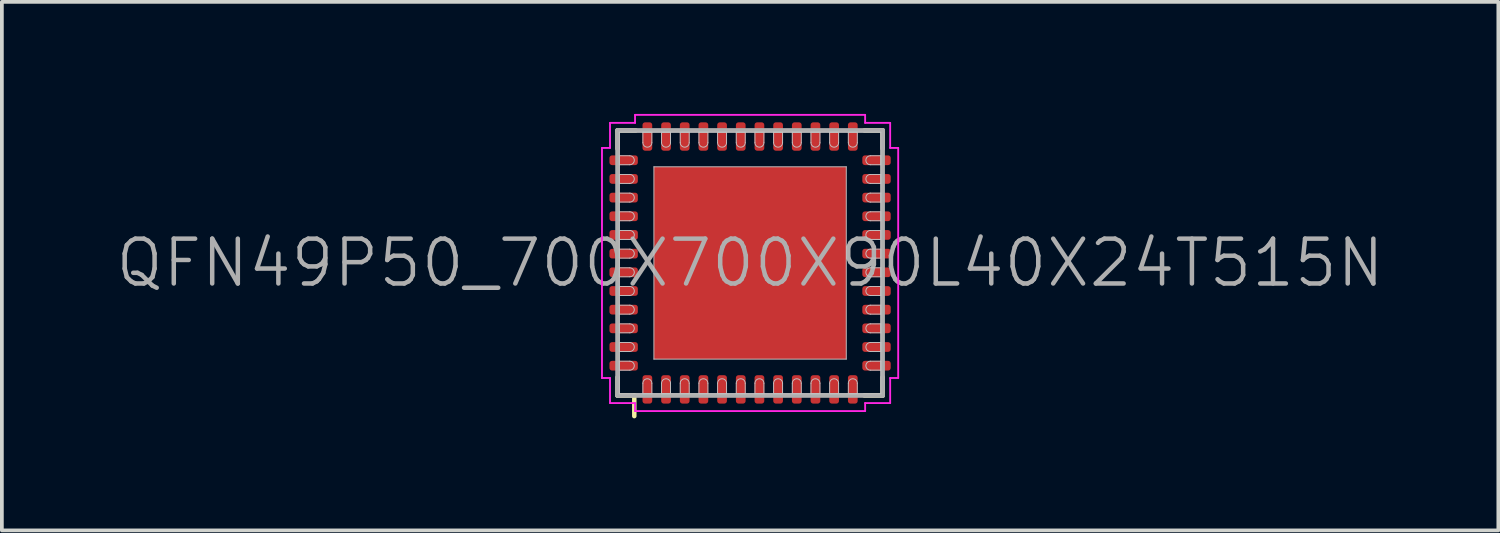
<source format=kicad_pcb>
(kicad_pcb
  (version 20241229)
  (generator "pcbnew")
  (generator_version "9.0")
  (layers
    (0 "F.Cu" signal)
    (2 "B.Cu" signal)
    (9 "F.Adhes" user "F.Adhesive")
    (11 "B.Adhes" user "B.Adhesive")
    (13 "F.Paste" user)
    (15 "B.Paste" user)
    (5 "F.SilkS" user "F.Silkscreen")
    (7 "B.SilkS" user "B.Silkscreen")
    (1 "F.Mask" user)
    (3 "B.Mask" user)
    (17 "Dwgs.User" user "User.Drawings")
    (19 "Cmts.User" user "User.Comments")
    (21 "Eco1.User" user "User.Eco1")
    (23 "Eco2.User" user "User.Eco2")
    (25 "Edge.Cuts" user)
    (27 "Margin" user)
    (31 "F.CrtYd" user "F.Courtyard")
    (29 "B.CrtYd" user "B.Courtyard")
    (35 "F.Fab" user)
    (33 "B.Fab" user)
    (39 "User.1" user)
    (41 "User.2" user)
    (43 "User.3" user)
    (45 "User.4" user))
  (footprint "QFN49P50_700X700X90L40X24T515N"
    (layer "F.Cu")
    (at 17.031 3.99)
    (property "Reference" "QFN49P50_700X700X90L40X24T515N" (at 0 0 0) (layer "F.Fab") (effects (font (size 1.2 1.2) (thickness 0.12))))
    (attr smd)
    (fp_line (start -3.55 -3.55) (end -3.55 -3.06) (stroke (width 0.12) (type solid)) (layer "F.SilkS"))
    (fp_line (start -3.55 3.55) (end -3.55 3.06) (stroke (width 0.12) (type solid)) (layer "F.SilkS"))
    (fp_line (start -3.1 3.55) (end -3.55 3.55) (stroke (width 0.12) (type solid)) (layer "F.SilkS"))
    (fp_line (start -3.1 3.55) (end -3.1 4.1) (stroke (width 0.12) (type solid)) (layer "F.SilkS"))
    (fp_line (start -3.06 -3.55) (end -3.55 -3.55) (stroke (width 0.12) (type solid)) (layer "F.SilkS"))
    (fp_line (start 3.06 -3.55) (end 3.55 -3.55) (stroke (width 0.12) (type solid)) (layer "F.SilkS"))
    (fp_line (start 3.06 3.55) (end 3.55 3.55) (stroke (width 0.12) (type solid)) (layer "F.SilkS"))
    (fp_line (start 3.55 -3.55) (end 3.55 -3.06) (stroke (width 0.12) (type solid)) (layer "F.SilkS"))
    (fp_line (start 3.55 3.55) (end 3.55 3.06) (stroke (width 0.12) (type solid)) (layer "F.SilkS"))
    (fp_line (start -3.5 -3.5) (end 3.5 -3.5) (stroke (width 0.025) (type solid)) (layer "Dwgs.User"))
    (fp_line (start -3.5 -2.87) (end -3.5 -2.63) (stroke (width 0.025) (type solid)) (layer "Dwgs.User"))
    (fp_line (start -3.5 -2.63) (end -3.22 -2.63) (stroke (width 0.025) (type solid)) (layer "Dwgs.User"))
    (fp_line (start -3.5 -2.37) (end -3.5 -2.13) (stroke (width 0.025) (type solid)) (layer "Dwgs.User"))
    (fp_line (start -3.5 -2.13) (end -3.22 -2.13) (stroke (width 0.025) (type solid)) (layer "Dwgs.User"))
    (fp_line (start -3.5 -1.87) (end -3.5 -1.63) (stroke (width 0.025) (type solid)) (layer "Dwgs.User"))
    (fp_line (start -3.5 -1.63) (end -3.22 -1.63) (stroke (width 0.025) (type solid)) (layer "Dwgs.User"))
    (fp_line (start -3.5 -1.37) (end -3.5 -1.13) (stroke (width 0.025) (type solid)) (layer "Dwgs.User"))
    (fp_line (start -3.5 -1.13) (end -3.22 -1.13) (stroke (width 0.025) (type solid)) (layer "Dwgs.User"))
    (fp_line (start -3.5 -0.87) (end -3.5 -0.63) (stroke (width 0.025) (type solid)) (layer "Dwgs.User"))
    (fp_line (start -3.5 -0.63) (end -3.22 -0.63) (stroke (width 0.025) (type solid)) (layer "Dwgs.User"))
    (fp_line (start -3.5 -0.37) (end -3.5 -0.13) (stroke (width 0.025) (type solid)) (layer "Dwgs.User"))
    (fp_line (start -3.5 -0.13) (end -3.22 -0.13) (stroke (width 0.025) (type solid)) (layer "Dwgs.User"))
    (fp_line (start -3.5 0.13) (end -3.5 0.37) (stroke (width 0.025) (type solid)) (layer "Dwgs.User"))
    (fp_line (start -3.5 0.37) (end -3.22 0.37) (stroke (width 0.025) (type solid)) (layer "Dwgs.User"))
    (fp_line (start -3.5 0.63) (end -3.5 0.87) (stroke (width 0.025) (type solid)) (layer "Dwgs.User"))
    (fp_line (start -3.5 0.87) (end -3.22 0.87) (stroke (width 0.025) (type solid)) (layer "Dwgs.User"))
    (fp_line (start -3.5 1.13) (end -3.5 1.37) (stroke (width 0.025) (type solid)) (layer "Dwgs.User"))
    (fp_line (start -3.5 1.37) (end -3.22 1.37) (stroke (width 0.025) (type solid)) (layer "Dwgs.User"))
    (fp_line (start -3.5 1.63) (end -3.5 1.87) (stroke (width 0.025) (type solid)) (layer "Dwgs.User"))
    (fp_line (start -3.5 1.87) (end -3.22 1.87) (stroke (width 0.025) (type solid)) (layer "Dwgs.User"))
    (fp_line (start -3.5 2.13) (end -3.5 2.37) (stroke (width 0.025) (type solid)) (layer "Dwgs.User"))
    (fp_line (start -3.5 2.37) (end -3.22 2.37) (stroke (width 0.025) (type solid)) (layer "Dwgs.User"))
    (fp_line (start -3.5 2.63) (end -3.5 2.87) (stroke (width 0.025) (type solid)) (layer "Dwgs.User"))
    (fp_line (start -3.5 2.87) (end -3.22 2.87) (stroke (width 0.025) (type solid)) (layer "Dwgs.User"))
    (fp_line (start -3.5 3.5) (end -3.5 -3.5) (stroke (width 0.025) (type solid)) (layer "Dwgs.User"))
    (fp_line (start -3.22 -2.87) (end -3.5 -2.87) (stroke (width 0.025) (type solid)) (layer "Dwgs.User"))
    (fp_line (start -3.22 -2.37) (end -3.5 -2.37) (stroke (width 0.025) (type solid)) (layer "Dwgs.User"))
    (fp_line (start -3.22 -1.87) (end -3.5 -1.87) (stroke (width 0.025) (type solid)) (layer "Dwgs.User"))
    (fp_line (start -3.22 -1.37) (end -3.5 -1.37) (stroke (width 0.025) (type solid)) (layer "Dwgs.User"))
    (fp_line (start -3.22 -0.87) (end -3.5 -0.87) (stroke (width 0.025) (type solid)) (layer "Dwgs.User"))
    (fp_line (start -3.22 -0.37) (end -3.5 -0.37) (stroke (width 0.025) (type solid)) (layer "Dwgs.User"))
    (fp_line (start -3.22 0.13) (end -3.5 0.13) (stroke (width 0.025) (type solid)) (layer "Dwgs.User"))
    (fp_line (start -3.22 0.63) (end -3.5 0.63) (stroke (width 0.025) (type solid)) (layer "Dwgs.User"))
    (fp_line (start -3.22 1.13) (end -3.5 1.13) (stroke (width 0.025) (type solid)) (layer "Dwgs.User"))
    (fp_line (start -3.22 1.63) (end -3.5 1.63) (stroke (width 0.025) (type solid)) (layer "Dwgs.User"))
    (fp_line (start -3.22 2.13) (end -3.5 2.13) (stroke (width 0.025) (type solid)) (layer "Dwgs.User"))
    (fp_line (start -3.22 2.63) (end -3.5 2.63) (stroke (width 0.025) (type solid)) (layer "Dwgs.User"))
    (fp_line (start -2.87 -3.5) (end -2.87 -3.22) (stroke (width 0.025) (type solid)) (layer "Dwgs.User"))
    (fp_line (start -2.87 3.22) (end -2.87 3.5) (stroke (width 0.025) (type solid)) (layer "Dwgs.User"))
    (fp_line (start -2.87 3.5) (end -2.63 3.5) (stroke (width 0.025) (type solid)) (layer "Dwgs.User"))
    (fp_line (start -2.63 -3.5) (end -2.87 -3.5) (stroke (width 0.025) (type solid)) (layer "Dwgs.User"))
    (fp_line (start -2.63 -3.22) (end -2.63 -3.5) (stroke (width 0.025) (type solid)) (layer "Dwgs.User"))
    (fp_line (start -2.63 3.5) (end -2.63 3.22) (stroke (width 0.025) (type solid)) (layer "Dwgs.User"))
    (fp_line (start -2.575 -2.575) (end 2.575 -2.575) (stroke (width 0.025) (type solid)) (layer "Dwgs.User"))
    (fp_line (start -2.575 2.575) (end -2.575 -2.575) (stroke (width 0.025) (type solid)) (layer "Dwgs.User"))
    (fp_line (start -2.37 -3.5) (end -2.37 -3.22) (stroke (width 0.025) (type solid)) (layer "Dwgs.User"))
    (fp_line (start -2.37 3.22) (end -2.37 3.5) (stroke (width 0.025) (type solid)) (layer "Dwgs.User"))
    (fp_line (start -2.37 3.5) (end -2.13 3.5) (stroke (width 0.025) (type solid)) (layer "Dwgs.User"))
    (fp_line (start -2.13 -3.5) (end -2.37 -3.5) (stroke (width 0.025) (type solid)) (layer "Dwgs.User"))
    (fp_line (start -2.13 -3.22) (end -2.13 -3.5) (stroke (width 0.025) (type solid)) (layer "Dwgs.User"))
    (fp_line (start -2.13 3.5) (end -2.13 3.22) (stroke (width 0.025) (type solid)) (layer "Dwgs.User"))
    (fp_line (start -1.87 -3.5) (end -1.87 -3.22) (stroke (width 0.025) (type solid)) (layer "Dwgs.User"))
    (fp_line (start -1.87 3.22) (end -1.87 3.5) (stroke (width 0.025) (type solid)) (layer "Dwgs.User"))
    (fp_line (start -1.87 3.5) (end -1.63 3.5) (stroke (width 0.025) (type solid)) (layer "Dwgs.User"))
    (fp_line (start -1.63 -3.5) (end -1.87 -3.5) (stroke (width 0.025) (type solid)) (layer "Dwgs.User"))
    (fp_line (start -1.63 -3.22) (end -1.63 -3.5) (stroke (width 0.025) (type solid)) (layer "Dwgs.User"))
    (fp_line (start -1.63 3.5) (end -1.63 3.22) (stroke (width 0.025) (type solid)) (layer "Dwgs.User"))
    (fp_line (start -1.37 -3.5) (end -1.37 -3.22) (stroke (width 0.025) (type solid)) (layer "Dwgs.User"))
    (fp_line (start -1.37 3.22) (end -1.37 3.5) (stroke (width 0.025) (type solid)) (layer "Dwgs.User"))
    (fp_line (start -1.37 3.5) (end -1.13 3.5) (stroke (width 0.025) (type solid)) (layer "Dwgs.User"))
    (fp_line (start -1.13 -3.5) (end -1.37 -3.5) (stroke (width 0.025) (type solid)) (layer "Dwgs.User"))
    (fp_line (start -1.13 -3.22) (end -1.13 -3.5) (stroke (width 0.025) (type solid)) (layer "Dwgs.User"))
    (fp_line (start -1.13 3.5) (end -1.13 3.22) (stroke (width 0.025) (type solid)) (layer "Dwgs.User"))
    (fp_line (start -0.87 -3.5) (end -0.87 -3.22) (stroke (width 0.025) (type solid)) (layer "Dwgs.User"))
    (fp_line (start -0.87 3.22) (end -0.87 3.5) (stroke (width 0.025) (type solid)) (layer "Dwgs.User"))
    (fp_line (start -0.87 3.5) (end -0.63 3.5) (stroke (width 0.025) (type solid)) (layer "Dwgs.User"))
    (fp_line (start -0.63 -3.5) (end -0.87 -3.5) (stroke (width 0.025) (type solid)) (layer "Dwgs.User"))
    (fp_line (start -0.63 -3.22) (end -0.63 -3.5) (stroke (width 0.025) (type solid)) (layer "Dwgs.User"))
    (fp_line (start -0.63 3.5) (end -0.63 3.22) (stroke (width 0.025) (type solid)) (layer "Dwgs.User"))
    (fp_line (start -0.37 -3.5) (end -0.37 -3.22) (stroke (width 0.025) (type solid)) (layer "Dwgs.User"))
    (fp_line (start -0.37 3.22) (end -0.37 3.5) (stroke (width 0.025) (type solid)) (layer "Dwgs.User"))
    (fp_line (start -0.37 3.5) (end -0.13 3.5) (stroke (width 0.025) (type solid)) (layer "Dwgs.User"))
    (fp_line (start -0.13 -3.5) (end -0.37 -3.5) (stroke (width 0.025) (type solid)) (layer "Dwgs.User"))
    (fp_line (start -0.13 -3.22) (end -0.13 -3.5) (stroke (width 0.025) (type solid)) (layer "Dwgs.User"))
    (fp_line (start -0.13 3.5) (end -0.13 3.22) (stroke (width 0.025) (type solid)) (layer "Dwgs.User"))
    (fp_line (start 0.13 -3.5) (end 0.13 -3.22) (stroke (width 0.025) (type solid)) (layer "Dwgs.User"))
    (fp_line (start 0.13 3.22) (end 0.13 3.5) (stroke (width 0.025) (type solid)) (layer "Dwgs.User"))
    (fp_line (start 0.13 3.5) (end 0.37 3.5) (stroke (width 0.025) (type solid)) (layer "Dwgs.User"))
    (fp_line (start 0.37 -3.5) (end 0.13 -3.5) (stroke (width 0.025) (type solid)) (layer "Dwgs.User"))
    (fp_line (start 0.37 -3.22) (end 0.37 -3.5) (stroke (width 0.025) (type solid)) (layer "Dwgs.User"))
    (fp_line (start 0.37 3.5) (end 0.37 3.22) (stroke (width 0.025) (type solid)) (layer "Dwgs.User"))
    (fp_line (start 0.63 -3.5) (end 0.63 -3.22) (stroke (width 0.025) (type solid)) (layer "Dwgs.User"))
    (fp_line (start 0.63 3.22) (end 0.63 3.5) (stroke (width 0.025) (type solid)) (layer "Dwgs.User"))
    (fp_line (start 0.63 3.5) (end 0.87 3.5) (stroke (width 0.025) (type solid)) (layer "Dwgs.User"))
    (fp_line (start 0.87 -3.5) (end 0.63 -3.5) (stroke (width 0.025) (type solid)) (layer "Dwgs.User"))
    (fp_line (start 0.87 -3.22) (end 0.87 -3.5) (stroke (width 0.025) (type solid)) (layer "Dwgs.User"))
    (fp_line (start 0.87 3.5) (end 0.87 3.22) (stroke (width 0.025) (type solid)) (layer "Dwgs.User"))
    (fp_line (start 1.13 -3.5) (end 1.13 -3.22) (stroke (width 0.025) (type solid)) (layer "Dwgs.User"))
    (fp_line (start 1.13 3.22) (end 1.13 3.5) (stroke (width 0.025) (type solid)) (layer "Dwgs.User"))
    (fp_line (start 1.13 3.5) (end 1.37 3.5) (stroke (width 0.025) (type solid)) (layer "Dwgs.User"))
    (fp_line (start 1.37 -3.5) (end 1.13 -3.5) (stroke (width 0.025) (type solid)) (layer "Dwgs.User"))
    (fp_line (start 1.37 -3.22) (end 1.37 -3.5) (stroke (width 0.025) (type solid)) (layer "Dwgs.User"))
    (fp_line (start 1.37 3.5) (end 1.37 3.22) (stroke (width 0.025) (type solid)) (layer "Dwgs.User"))
    (fp_line (start 1.63 -3.5) (end 1.63 -3.22) (stroke (width 0.025) (type solid)) (layer "Dwgs.User"))
    (fp_line (start 1.63 3.22) (end 1.63 3.5) (stroke (width 0.025) (type solid)) (layer "Dwgs.User"))
    (fp_line (start 1.63 3.5) (end 1.87 3.5) (stroke (width 0.025) (type solid)) (layer "Dwgs.User"))
    (fp_line (start 1.87 -3.5) (end 1.63 -3.5) (stroke (width 0.025) (type solid)) (layer "Dwgs.User"))
    (fp_line (start 1.87 -3.22) (end 1.87 -3.5) (stroke (width 0.025) (type solid)) (layer "Dwgs.User"))
    (fp_line (start 1.87 3.5) (end 1.87 3.22) (stroke (width 0.025) (type solid)) (layer "Dwgs.User"))
    (fp_line (start 2.13 -3.5) (end 2.13 -3.22) (stroke (width 0.025) (type solid)) (layer "Dwgs.User"))
    (fp_line (start 2.13 3.22) (end 2.13 3.5) (stroke (width 0.025) (type solid)) (layer "Dwgs.User"))
    (fp_line (start 2.13 3.5) (end 2.37 3.5) (stroke (width 0.025) (type solid)) (layer "Dwgs.User"))
    (fp_line (start 2.37 -3.5) (end 2.13 -3.5) (stroke (width 0.025) (type solid)) (layer "Dwgs.User"))
    (fp_line (start 2.37 -3.22) (end 2.37 -3.5) (stroke (width 0.025) (type solid)) (layer "Dwgs.User"))
    (fp_line (start 2.37 3.5) (end 2.37 3.22) (stroke (width 0.025) (type solid)) (layer "Dwgs.User"))
    (fp_line (start 2.575 -2.575) (end 2.575 2.575) (stroke (width 0.025) (type solid)) (layer "Dwgs.User"))
    (fp_line (start 2.575 2.575) (end -2.575 2.575) (stroke (width 0.025) (type solid)) (layer "Dwgs.User"))
    (fp_line (start 2.63 -3.5) (end 2.63 -3.22) (stroke (width 0.025) (type solid)) (layer "Dwgs.User"))
    (fp_line (start 2.63 3.22) (end 2.63 3.5) (stroke (width 0.025) (type solid)) (layer "Dwgs.User"))
    (fp_line (start 2.63 3.5) (end 2.87 3.5) (stroke (width 0.025) (type solid)) (layer "Dwgs.User"))
    (fp_line (start 2.87 -3.5) (end 2.63 -3.5) (stroke (width 0.025) (type solid)) (layer "Dwgs.User"))
    (fp_line (start 2.87 -3.22) (end 2.87 -3.5) (stroke (width 0.025) (type solid)) (layer "Dwgs.User"))
    (fp_line (start 2.87 3.5) (end 2.87 3.22) (stroke (width 0.025) (type solid)) (layer "Dwgs.User"))
    (fp_line (start 3.22 -2.63) (end 3.5 -2.63) (stroke (width 0.025) (type solid)) (layer "Dwgs.User"))
    (fp_line (start 3.22 -2.13) (end 3.5 -2.13) (stroke (width 0.025) (type solid)) (layer "Dwgs.User"))
    (fp_line (start 3.22 -1.63) (end 3.5 -1.63) (stroke (width 0.025) (type solid)) (layer "Dwgs.User"))
    (fp_line (start 3.22 -1.13) (end 3.5 -1.13) (stroke (width 0.025) (type solid)) (layer "Dwgs.User"))
    (fp_line (start 3.22 -0.63) (end 3.5 -0.63) (stroke (width 0.025) (type solid)) (layer "Dwgs.User"))
    (fp_line (start 3.22 -0.13) (end 3.5 -0.13) (stroke (width 0.025) (type solid)) (layer "Dwgs.User"))
    (fp_line (start 3.22 0.37) (end 3.5 0.37) (stroke (width 0.025) (type solid)) (layer "Dwgs.User"))
    (fp_line (start 3.22 0.87) (end 3.5 0.87) (stroke (width 0.025) (type solid)) (layer "Dwgs.User"))
    (fp_line (start 3.22 1.37) (end 3.5 1.37) (stroke (width 0.025) (type solid)) (layer "Dwgs.User"))
    (fp_line (start 3.22 1.87) (end 3.5 1.87) (stroke (width 0.025) (type solid)) (layer "Dwgs.User"))
    (fp_line (start 3.22 2.37) (end 3.5 2.37) (stroke (width 0.025) (type solid)) (layer "Dwgs.User"))
    (fp_line (start 3.22 2.87) (end 3.5 2.87) (stroke (width 0.025) (type solid)) (layer "Dwgs.User"))
    (fp_line (start 3.5 -3.5) (end 3.5 3.5) (stroke (width 0.025) (type solid)) (layer "Dwgs.User"))
    (fp_line (start 3.5 -2.87) (end 3.22 -2.87) (stroke (width 0.025) (type solid)) (layer "Dwgs.User"))
    (fp_line (start 3.5 -2.63) (end 3.5 -2.87) (stroke (width 0.025) (type solid)) (layer "Dwgs.User"))
    (fp_line (start 3.5 -2.37) (end 3.22 -2.37) (stroke (width 0.025) (type solid)) (layer "Dwgs.User"))
    (fp_line (start 3.5 -2.13) (end 3.5 -2.37) (stroke (width 0.025) (type solid)) (layer "Dwgs.User"))
    (fp_line (start 3.5 -1.87) (end 3.22 -1.87) (stroke (width 0.025) (type solid)) (layer "Dwgs.User"))
    (fp_line (start 3.5 -1.63) (end 3.5 -1.87) (stroke (width 0.025) (type solid)) (layer "Dwgs.User"))
    (fp_line (start 3.5 -1.37) (end 3.22 -1.37) (stroke (width 0.025) (type solid)) (layer "Dwgs.User"))
    (fp_line (start 3.5 -1.13) (end 3.5 -1.37) (stroke (width 0.025) (type solid)) (layer "Dwgs.User"))
    (fp_line (start 3.5 -0.87) (end 3.22 -0.87) (stroke (width 0.025) (type solid)) (layer "Dwgs.User"))
    (fp_line (start 3.5 -0.63) (end 3.5 -0.87) (stroke (width 0.025) (type solid)) (layer "Dwgs.User"))
    (fp_line (start 3.5 -0.37) (end 3.22 -0.37) (stroke (width 0.025) (type solid)) (layer "Dwgs.User"))
    (fp_line (start 3.5 -0.13) (end 3.5 -0.37) (stroke (width 0.025) (type solid)) (layer "Dwgs.User"))
    (fp_line (start 3.5 0.13) (end 3.22 0.13) (stroke (width 0.025) (type solid)) (layer "Dwgs.User"))
    (fp_line (start 3.5 0.37) (end 3.5 0.13) (stroke (width 0.025) (type solid)) (layer "Dwgs.User"))
    (fp_line (start 3.5 0.63) (end 3.22 0.63) (stroke (width 0.025) (type solid)) (layer "Dwgs.User"))
    (fp_line (start 3.5 0.87) (end 3.5 0.63) (stroke (width 0.025) (type solid)) (layer "Dwgs.User"))
    (fp_line (start 3.5 1.13) (end 3.22 1.13) (stroke (width 0.025) (type solid)) (layer "Dwgs.User"))
    (fp_line (start 3.5 1.37) (end 3.5 1.13) (stroke (width 0.025) (type solid)) (layer "Dwgs.User"))
    (fp_line (start 3.5 1.63) (end 3.22 1.63) (stroke (width 0.025) (type solid)) (layer "Dwgs.User"))
    (fp_line (start 3.5 1.87) (end 3.5 1.63) (stroke (width 0.025) (type solid)) (layer "Dwgs.User"))
    (fp_line (start 3.5 2.13) (end 3.22 2.13) (stroke (width 0.025) (type solid)) (layer "Dwgs.User"))
    (fp_line (start 3.5 2.37) (end 3.5 2.13) (stroke (width 0.025) (type solid)) (layer "Dwgs.User"))
    (fp_line (start 3.5 2.63) (end 3.22 2.63) (stroke (width 0.025) (type solid)) (layer "Dwgs.User"))
    (fp_line (start 3.5 2.87) (end 3.5 2.63) (stroke (width 0.025) (type solid)) (layer "Dwgs.User"))
    (fp_line (start 3.5 3.5) (end -3.5 3.5) (stroke (width 0.025) (type solid)) (layer "Dwgs.User"))
    (fp_arc (start -3.22 -2.87) (mid -3.1 -2.75) (end -3.22 -2.63) (stroke (width 0.025) (type solid)) (layer "Dwgs.User"))
    (fp_arc (start -3.22 -2.37) (mid -3.1 -2.25) (end -3.22 -2.13) (stroke (width 0.025) (type solid)) (layer "Dwgs.User"))
    (fp_arc (start -3.22 -1.87) (mid -3.1 -1.75) (end -3.22 -1.63) (stroke (width 0.025) (type solid)) (layer "Dwgs.User"))
    (fp_arc (start -3.22 -1.37) (mid -3.1 -1.25) (end -3.22 -1.13) (stroke (width 0.025) (type solid)) (layer "Dwgs.User"))
    (fp_arc (start -3.22 -0.87) (mid -3.1 -0.75) (end -3.22 -0.63) (stroke (width 0.025) (type solid)) (layer "Dwgs.User"))
    (fp_arc (start -3.22 -0.37) (mid -3.1 -0.25) (end -3.22 -0.13) (stroke (width 0.025) (type solid)) (layer "Dwgs.User"))
    (fp_arc (start -3.22 0.13) (mid -3.1 0.25) (end -3.22 0.37) (stroke (width 0.025) (type solid)) (layer "Dwgs.User"))
    (fp_arc (start -3.22 0.63) (mid -3.1 0.75) (end -3.22 0.87) (stroke (width 0.025) (type solid)) (layer "Dwgs.User"))
    (fp_arc (start -3.22 1.13) (mid -3.1 1.25) (end -3.22 1.37) (stroke (width 0.025) (type solid)) (layer "Dwgs.User"))
    (fp_arc (start -3.22 1.63) (mid -3.1 1.75) (end -3.22 1.87) (stroke (width 0.025) (type solid)) (layer "Dwgs.User"))
    (fp_arc (start -3.22 2.13) (mid -3.1 2.25) (end -3.22 2.37) (stroke (width 0.025) (type solid)) (layer "Dwgs.User"))
    (fp_arc (start -3.22 2.63) (mid -3.1 2.75) (end -3.22 2.87) (stroke (width 0.025) (type solid)) (layer "Dwgs.User"))
    (fp_arc (start -2.87 3.22) (mid -2.75 3.1) (end -2.63 3.22) (stroke (width 0.025) (type solid)) (layer "Dwgs.User"))
    (fp_arc (start -2.63 -3.22) (mid -2.75 -3.1) (end -2.87 -3.22) (stroke (width 0.025) (type solid)) (layer "Dwgs.User"))
    (fp_arc (start -2.37 3.22) (mid -2.25 3.1) (end -2.13 3.22) (stroke (width 0.025) (type solid)) (layer "Dwgs.User"))
    (fp_arc (start -2.13 -3.22) (mid -2.25 -3.1) (end -2.37 -3.22) (stroke (width 0.025) (type solid)) (layer "Dwgs.User"))
    (fp_arc (start -1.87 3.22) (mid -1.75 3.1) (end -1.63 3.22) (stroke (width 0.025) (type solid)) (layer "Dwgs.User"))
    (fp_arc (start -1.63 -3.22) (mid -1.75 -3.1) (end -1.87 -3.22) (stroke (width 0.025) (type solid)) (layer "Dwgs.User"))
    (fp_arc (start -1.37 3.22) (mid -1.25 3.1) (end -1.13 3.22) (stroke (width 0.025) (type solid)) (layer "Dwgs.User"))
    (fp_arc (start -1.13 -3.22) (mid -1.25 -3.1) (end -1.37 -3.22) (stroke (width 0.025) (type solid)) (layer "Dwgs.User"))
    (fp_arc (start -0.87 3.22) (mid -0.75 3.1) (end -0.63 3.22) (stroke (width 0.025) (type solid)) (layer "Dwgs.User"))
    (fp_arc (start -0.63 -3.22) (mid -0.75 -3.1) (end -0.87 -3.22) (stroke (width 0.025) (type solid)) (layer "Dwgs.User"))
    (fp_arc (start -0.37 3.22) (mid -0.25 3.1) (end -0.13 3.22) (stroke (width 0.025) (type solid)) (layer "Dwgs.User"))
    (fp_arc (start -0.13 -3.22) (mid -0.25 -3.1) (end -0.37 -3.22) (stroke (width 0.025) (type solid)) (layer "Dwgs.User"))
    (fp_arc (start 0.13 3.22) (mid 0.25 3.1) (end 0.37 3.22) (stroke (width 0.025) (type solid)) (layer "Dwgs.User"))
    (fp_arc (start 0.37 -3.22) (mid 0.25 -3.1) (end 0.13 -3.22) (stroke (width 0.025) (type solid)) (layer "Dwgs.User"))
    (fp_arc (start 0.63 3.22) (mid 0.75 3.1) (end 0.87 3.22) (stroke (width 0.025) (type solid)) (layer "Dwgs.User"))
    (fp_arc (start 0.87 -3.22) (mid 0.75 -3.1) (end 0.63 -3.22) (stroke (width 0.025) (type solid)) (layer "Dwgs.User"))
    (fp_arc (start 1.13 3.22) (mid 1.25 3.1) (end 1.37 3.22) (stroke (width 0.025) (type solid)) (layer "Dwgs.User"))
    (fp_arc (start 1.37 -3.22) (mid 1.25 -3.1) (end 1.13 -3.22) (stroke (width 0.025) (type solid)) (layer "Dwgs.User"))
    (fp_arc (start 1.63 3.22) (mid 1.75 3.1) (end 1.87 3.22) (stroke (width 0.025) (type solid)) (layer "Dwgs.User"))
    (fp_arc (start 1.87 -3.22) (mid 1.75 -3.1) (end 1.63 -3.22) (stroke (width 0.025) (type solid)) (layer "Dwgs.User"))
    (fp_arc (start 2.13 3.22) (mid 2.25 3.1) (end 2.37 3.22) (stroke (width 0.025) (type solid)) (layer "Dwgs.User"))
    (fp_arc (start 2.37 -3.22) (mid 2.25 -3.1) (end 2.13 -3.22) (stroke (width 0.025) (type solid)) (layer "Dwgs.User"))
    (fp_arc (start 2.63 3.22) (mid 2.75 3.1) (end 2.87 3.22) (stroke (width 0.025) (type solid)) (layer "Dwgs.User"))
    (fp_arc (start 2.87 -3.22) (mid 2.75 -3.1) (end 2.63 -3.22) (stroke (width 0.025) (type solid)) (layer "Dwgs.User"))
    (fp_arc (start 3.22 -2.63) (mid 3.1 -2.75) (end 3.22 -2.87) (stroke (width 0.025) (type solid)) (layer "Dwgs.User"))
    (fp_arc (start 3.22 -2.13) (mid 3.1 -2.25) (end 3.22 -2.37) (stroke (width 0.025) (type solid)) (layer "Dwgs.User"))
    (fp_arc (start 3.22 -1.63) (mid 3.1 -1.75) (end 3.22 -1.87) (stroke (width 0.025) (type solid)) (layer "Dwgs.User"))
    (fp_arc (start 3.22 -1.13) (mid 3.1 -1.25) (end 3.22 -1.37) (stroke (width 0.025) (type solid)) (layer "Dwgs.User"))
    (fp_arc (start 3.22 -0.63) (mid 3.1 -0.75) (end 3.22 -0.87) (stroke (width 0.025) (type solid)) (layer "Dwgs.User"))
    (fp_arc (start 3.22 -0.13) (mid 3.1 -0.25) (end 3.22 -0.37) (stroke (width 0.025) (type solid)) (layer "Dwgs.User"))
    (fp_arc (start 3.22 0.37) (mid 3.1 0.25) (end 3.22 0.13) (stroke (width 0.025) (type solid)) (layer "Dwgs.User"))
    (fp_arc (start 3.22 0.87) (mid 3.1 0.75) (end 3.22 0.63) (stroke (width 0.025) (type solid)) (layer "Dwgs.User"))
    (fp_arc (start 3.22 1.37) (mid 3.1 1.25) (end 3.22 1.13) (stroke (width 0.025) (type solid)) (layer "Dwgs.User"))
    (fp_arc (start 3.22 1.87) (mid 3.1 1.75) (end 3.22 1.63) (stroke (width 0.025) (type solid)) (layer "Dwgs.User"))
    (fp_arc (start 3.22 2.37) (mid 3.1 2.25) (end 3.22 2.13) (stroke (width 0.025) (type solid)) (layer "Dwgs.User"))
    (fp_arc (start 3.22 2.87) (mid 3.1 2.75) (end 3.22 2.63) (stroke (width 0.025) (type solid)) (layer "Dwgs.User"))
    (fp_line (start -3.965 -3.08) (end -3.965 3.08) (stroke (width 0.05) (type solid)) (layer "F.CrtYd"))
    (fp_line (start -3.965 3.08) (end -3.75 3.08) (stroke (width 0.05) (type solid)) (layer "F.CrtYd"))
    (fp_line (start -3.75 -3.75) (end -3.75 -3.08) (stroke (width 0.05) (type solid)) (layer "F.CrtYd"))
    (fp_line (start -3.75 -3.08) (end -3.965 -3.08) (stroke (width 0.05) (type solid)) (layer "F.CrtYd"))
    (fp_line (start -3.75 3.08) (end -3.75 3.75) (stroke (width 0.05) (type solid)) (layer "F.CrtYd"))
    (fp_line (start -3.75 3.75) (end -3.08 3.75) (stroke (width 0.05) (type solid)) (layer "F.CrtYd"))
    (fp_line (start -3.08 -3.965) (end -3.08 -3.75) (stroke (width 0.05) (type solid)) (layer "F.CrtYd"))
    (fp_line (start -3.08 -3.75) (end -3.75 -3.75) (stroke (width 0.05) (type solid)) (layer "F.CrtYd"))
    (fp_line (start -3.08 3.75) (end -3.08 3.965) (stroke (width 0.05) (type solid)) (layer "F.CrtYd"))
    (fp_line (start -3.08 3.965) (end 3.08 3.965) (stroke (width 0.05) (type solid)) (layer "F.CrtYd"))
    (fp_line (start 3.08 -3.965) (end -3.08 -3.965) (stroke (width 0.05) (type solid)) (layer "F.CrtYd"))
    (fp_line (start 3.08 -3.75) (end 3.08 -3.965) (stroke (width 0.05) (type solid)) (layer "F.CrtYd"))
    (fp_line (start 3.08 3.75) (end 3.75 3.75) (stroke (width 0.05) (type solid)) (layer "F.CrtYd"))
    (fp_line (start 3.08 3.965) (end 3.08 3.75) (stroke (width 0.05) (type solid)) (layer "F.CrtYd"))
    (fp_line (start 3.75 -3.75) (end 3.08 -3.75) (stroke (width 0.05) (type solid)) (layer "F.CrtYd"))
    (fp_line (start 3.75 -3.08) (end 3.75 -3.75) (stroke (width 0.05) (type solid)) (layer "F.CrtYd"))
    (fp_line (start 3.75 3.08) (end 3.965 3.08) (stroke (width 0.05) (type solid)) (layer "F.CrtYd"))
    (fp_line (start 3.75 3.75) (end 3.75 3.08) (stroke (width 0.05) (type solid)) (layer "F.CrtYd"))
    (fp_line (start 3.965 -3.08) (end 3.75 -3.08) (stroke (width 0.05) (type solid)) (layer "F.CrtYd"))
    (fp_line (start 3.965 3.08) (end 3.965 -3.08) (stroke (width 0.05) (type solid)) (layer "F.CrtYd"))
    (fp_line (start -3.55 -3.55) (end 3.55 -3.55) (stroke (width 0.12) (type solid)) (layer "F.Fab"))
    (fp_line (start -3.55 3.55) (end -3.55 -3.55) (stroke (width 0.12) (type solid)) (layer "F.Fab"))
    (fp_line (start 3.55 -3.55) (end 3.55 3.55) (stroke (width 0.12) (type solid)) (layer "F.Fab"))
    (fp_line (start 3.55 3.55) (end -3.55 3.55) (stroke (width 0.12) (type solid)) (layer "F.Fab"))
    (pad "" smd roundrect (at -1.285 -1.285 90) (size 1.82 1.82) (layers "F.Paste") (roundrect_rratio 0.25))
    (pad "" smd roundrect (at -1.285 1.285 90) (size 1.82 1.82) (layers "F.Paste") (roundrect_rratio 0.25))
    (pad "" smd roundrect (at 1.285 -1.285 90) (size 1.82 1.82) (layers "F.Paste") (roundrect_rratio 0.25))
    (pad "" smd roundrect (at 1.285 1.285 90) (size 1.82 1.82) (layers "F.Paste") (roundrect_rratio 0.25))
    (pad "1" smd roundrect (at -2.75 3.385 90) (size 0.76 0.26) (layers "F.Cu" "F.Mask" "F.Paste") (roundrect_rratio 0.269))
    (pad "2" smd roundrect (at -2.25 3.385 90) (size 0.76 0.26) (layers "F.Cu" "F.Mask" "F.Paste") (roundrect_rratio 0.269))
    (pad "3" smd roundrect (at -1.75 3.385 90) (size 0.76 0.26) (layers "F.Cu" "F.Mask" "F.Paste") (roundrect_rratio 0.269))
    (pad "4" smd roundrect (at -1.25 3.385 90) (size 0.76 0.26) (layers "F.Cu" "F.Mask" "F.Paste") (roundrect_rratio 0.269))
    (pad "5" smd roundrect (at -0.75 3.385 90) (size 0.76 0.26) (layers "F.Cu" "F.Mask" "F.Paste") (roundrect_rratio 0.269))
    (pad "6" smd roundrect (at -0.25 3.385 90) (size 0.76 0.26) (layers "F.Cu" "F.Mask" "F.Paste") (roundrect_rratio 0.269))
    (pad "7" smd roundrect (at 0.25 3.385 90) (size 0.76 0.26) (layers "F.Cu" "F.Mask" "F.Paste") (roundrect_rratio 0.269))
    (pad "8" smd roundrect (at 0.75 3.385 90) (size 0.76 0.26) (layers "F.Cu" "F.Mask" "F.Paste") (roundrect_rratio 0.269))
    (pad "9" smd roundrect (at 1.25 3.385 90) (size 0.76 0.26) (layers "F.Cu" "F.Mask" "F.Paste") (roundrect_rratio 0.269))
    (pad "10" smd roundrect (at 1.75 3.385 90) (size 0.76 0.26) (layers "F.Cu" "F.Mask" "F.Paste") (roundrect_rratio 0.269))
    (pad "11" smd roundrect (at 2.25 3.385 90) (size 0.76 0.26) (layers "F.Cu" "F.Mask" "F.Paste") (roundrect_rratio 0.269))
    (pad "12" smd roundrect (at 2.75 3.385 90) (size 0.76 0.26) (layers "F.Cu" "F.Mask" "F.Paste") (roundrect_rratio 0.269))
    (pad "13" smd roundrect (at 3.385 2.75) (size 0.76 0.26) (layers "F.Cu" "F.Mask" "F.Paste") (roundrect_rratio 0.269))
    (pad "14" smd roundrect (at 3.385 2.25) (size 0.76 0.26) (layers "F.Cu" "F.Mask" "F.Paste") (roundrect_rratio 0.269))
    (pad "15" smd roundrect (at 3.385 1.75) (size 0.76 0.26) (layers "F.Cu" "F.Mask" "F.Paste") (roundrect_rratio 0.269))
    (pad "16" smd roundrect (at 3.385 1.25) (size 0.76 0.26) (layers "F.Cu" "F.Mask" "F.Paste") (roundrect_rratio 0.269))
    (pad "17" smd roundrect (at 3.385 0.75) (size 0.76 0.26) (layers "F.Cu" "F.Mask" "F.Paste") (roundrect_rratio 0.269))
    (pad "18" smd roundrect (at 3.385 0.25) (size 0.76 0.26) (layers "F.Cu" "F.Mask" "F.Paste") (roundrect_rratio 0.269))
    (pad "19" smd roundrect (at 3.385 -0.25) (size 0.76 0.26) (layers "F.Cu" "F.Mask" "F.Paste") (roundrect_rratio 0.269))
    (pad "20" smd roundrect (at 3.385 -0.75) (size 0.76 0.26) (layers "F.Cu" "F.Mask" "F.Paste") (roundrect_rratio 0.269))
    (pad "21" smd roundrect (at 3.385 -1.25) (size 0.76 0.26) (layers "F.Cu" "F.Mask" "F.Paste") (roundrect_rratio 0.269))
    (pad "22" smd roundrect (at 3.385 -1.75) (size 0.76 0.26) (layers "F.Cu" "F.Mask" "F.Paste") (roundrect_rratio 0.269))
    (pad "23" smd roundrect (at 3.385 -2.25) (size 0.76 0.26) (layers "F.Cu" "F.Mask" "F.Paste") (roundrect_rratio 0.269))
    (pad "24" smd roundrect (at 3.385 -2.75) (size 0.76 0.26) (layers "F.Cu" "F.Mask" "F.Paste") (roundrect_rratio 0.269))
    (pad "25" smd roundrect (at 2.75 -3.385 90) (size 0.76 0.26) (layers "F.Cu" "F.Mask" "F.Paste") (roundrect_rratio 0.269))
    (pad "26" smd roundrect (at 2.25 -3.385 90) (size 0.76 0.26) (layers "F.Cu" "F.Mask" "F.Paste") (roundrect_rratio 0.269))
    (pad "27" smd roundrect (at 1.75 -3.385 90) (size 0.76 0.26) (layers "F.Cu" "F.Mask" "F.Paste") (roundrect_rratio 0.269))
    (pad "28" smd roundrect (at 1.25 -3.385 90) (size 0.76 0.26) (layers "F.Cu" "F.Mask" "F.Paste") (roundrect_rratio 0.269))
    (pad "29" smd roundrect (at 0.75 -3.385 90) (size 0.76 0.26) (layers "F.Cu" "F.Mask" "F.Paste") (roundrect_rratio 0.269))
    (pad "30" smd roundrect (at 0.25 -3.385 90) (size 0.76 0.26) (layers "F.Cu" "F.Mask" "F.Paste") (roundrect_rratio 0.269))
    (pad "31" smd roundrect (at -0.25 -3.385 90) (size 0.76 0.26) (layers "F.Cu" "F.Mask" "F.Paste") (roundrect_rratio 0.269))
    (pad "32" smd roundrect (at -0.75 -3.385 90) (size 0.76 0.26) (layers "F.Cu" "F.Mask" "F.Paste") (roundrect_rratio 0.269))
    (pad "33" smd roundrect (at -1.25 -3.385 90) (size 0.76 0.26) (layers "F.Cu" "F.Mask" "F.Paste") (roundrect_rratio 0.269))
    (pad "34" smd roundrect (at -1.75 -3.385 90) (size 0.76 0.26) (layers "F.Cu" "F.Mask" "F.Paste") (roundrect_rratio 0.269))
    (pad "35" smd roundrect (at -2.25 -3.385 90) (size 0.76 0.26) (layers "F.Cu" "F.Mask" "F.Paste") (roundrect_rratio 0.269))
    (pad "36" smd roundrect (at -2.75 -3.385 90) (size 0.76 0.26) (layers "F.Cu" "F.Mask" "F.Paste") (roundrect_rratio 0.269))
    (pad "37" smd roundrect (at -3.385 -2.75) (size 0.76 0.26) (layers "F.Cu" "F.Mask" "F.Paste") (roundrect_rratio 0.269))
    (pad "38" smd roundrect (at -3.385 -2.25) (size 0.76 0.26) (layers "F.Cu" "F.Mask" "F.Paste") (roundrect_rratio 0.269))
    (pad "39" smd roundrect (at -3.385 -1.75) (size 0.76 0.26) (layers "F.Cu" "F.Mask" "F.Paste") (roundrect_rratio 0.269))
    (pad "40" smd roundrect (at -3.385 -1.25) (size 0.76 0.26) (layers "F.Cu" "F.Mask" "F.Paste") (roundrect_rratio 0.269))
    (pad "41" smd roundrect (at -3.385 -0.75) (size 0.76 0.26) (layers "F.Cu" "F.Mask" "F.Paste") (roundrect_rratio 0.269))
    (pad "42" smd roundrect (at -3.385 -0.25) (size 0.76 0.26) (layers "F.Cu" "F.Mask" "F.Paste") (roundrect_rratio 0.269))
    (pad "43" smd roundrect (at -3.385 0.25) (size 0.76 0.26) (layers "F.Cu" "F.Mask" "F.Paste") (roundrect_rratio 0.269))
    (pad "44" smd roundrect (at -3.385 0.75) (size 0.76 0.26) (layers "F.Cu" "F.Mask" "F.Paste") (roundrect_rratio 0.269))
    (pad "45" smd roundrect (at -3.385 1.25) (size 0.76 0.26) (layers "F.Cu" "F.Mask" "F.Paste") (roundrect_rratio 0.269))
    (pad "46" smd roundrect (at -3.385 1.75) (size 0.76 0.26) (layers "F.Cu" "F.Mask" "F.Paste") (roundrect_rratio 0.269))
    (pad "47" smd roundrect (at -3.385 2.25) (size 0.76 0.26) (layers "F.Cu" "F.Mask" "F.Paste") (roundrect_rratio 0.269))
    (pad "48" smd roundrect (at -3.385 2.75) (size 0.76 0.26) (layers "F.Cu" "F.Mask" "F.Paste") (roundrect_rratio 0.269))
    (pad "49" smd rect (at -1.285 -1.285) (size 2.58 2.58) (layers "F.Cu" "F.Mask" "F.Paste"))
    (pad "49" smd rect (at -1.285 1.285) (size 2.58 2.58) (layers "F.Cu" "F.Mask" "F.Paste"))
    (pad "49" smd rect (at 1.285 -1.285) (size 2.58 2.58) (layers "F.Cu" "F.Mask" "F.Paste"))
    (pad "49" smd rect (at 1.285 1.285) (size 2.58 2.58) (layers "F.Cu" "F.Mask" "F.Paste")))
  (gr_rect
    (start -3 -3)
    (end 37.063 11.15)
    (stroke (width 0.1) (type default))
    (fill no)
    (layer "Edge.Cuts")))
</source>
